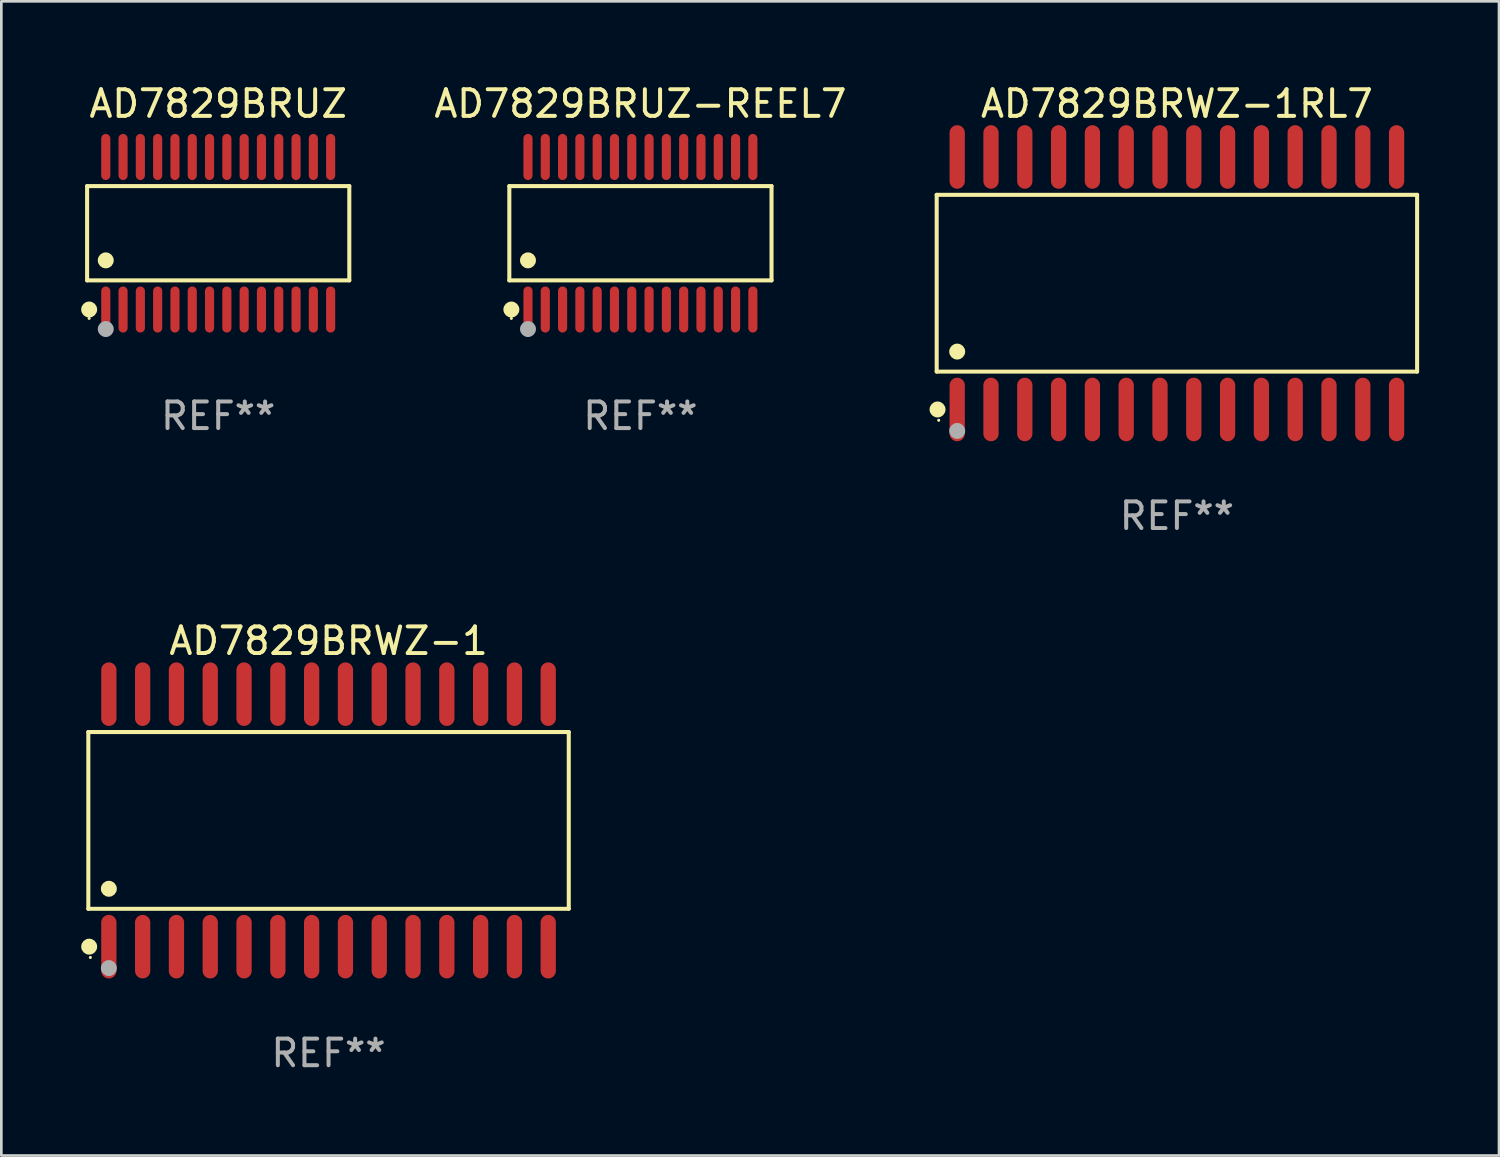
<source format=kicad_pcb>
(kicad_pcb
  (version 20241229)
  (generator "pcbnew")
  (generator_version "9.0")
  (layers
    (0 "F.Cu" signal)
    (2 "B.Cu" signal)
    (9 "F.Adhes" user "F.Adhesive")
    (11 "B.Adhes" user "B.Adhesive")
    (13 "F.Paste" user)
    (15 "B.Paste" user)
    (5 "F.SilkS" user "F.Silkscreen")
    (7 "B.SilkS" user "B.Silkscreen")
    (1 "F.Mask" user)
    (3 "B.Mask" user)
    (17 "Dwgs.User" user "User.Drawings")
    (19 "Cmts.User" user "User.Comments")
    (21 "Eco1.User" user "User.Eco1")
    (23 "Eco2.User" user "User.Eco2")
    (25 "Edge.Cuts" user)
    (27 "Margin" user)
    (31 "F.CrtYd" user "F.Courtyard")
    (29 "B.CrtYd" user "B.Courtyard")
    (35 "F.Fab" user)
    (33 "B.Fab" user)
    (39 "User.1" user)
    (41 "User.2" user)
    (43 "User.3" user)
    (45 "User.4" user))
  (footprint "AD7829BRUZ"
    (layer "F.Cu")
    (at 5.149 5.714)
    (property "Reference" "AD7829BRUZ" (at 0 -4.866 0) (layer "F.SilkS") (effects (font (size 1 1) (thickness 0.15))))
    (attr through_hole)
    (fp_line (start -4.926 -1.772) (end 4.926 -1.772) (stroke (width 0.152) (type solid)) (layer "F.SilkS"))
    (fp_line (start -4.926 1.771) (end -4.926 -1.772) (stroke (width 0.152) (type solid)) (layer "F.SilkS"))
    (fp_line (start 4.926 -1.772) (end 4.926 1.771) (stroke (width 0.152) (type solid)) (layer "F.SilkS"))
    (fp_line (start 4.926 1.771) (end -4.926 1.771) (stroke (width 0.152) (type solid)) (layer "F.SilkS"))
    (fp_circle (center -4.85 3.2) (end -4.82 3.2) (stroke (width 0.06) (type solid)) (fill no) (layer "F.SilkS"))
    (fp_circle (center -4.849 2.866) (end -4.699 2.866) (stroke (width 0.3) (type solid)) (fill no) (layer "F.SilkS"))
    (fp_circle (center -4.225 1.019) (end -4.075 1.019) (stroke (width 0.3) (type solid)) (fill no) (layer "F.SilkS"))
    (fp_circle (center -4.225 3.6) (end -4.075 3.6) (stroke (width 0.3) (type solid)) (fill no) (layer "F.Fab"))
    (fp_text user "REF**" (at 0 6.866 0) (layer "F.Fab") (effects (font (size 1 1) (thickness 0.15))))
    (pad "1" smd oval (at -4.225 2.866) (size 0.343 1.731) (layers "F.Cu" "F.Mask" "F.Paste"))
    (pad "2" smd oval (at -3.575 2.866) (size 0.343 1.731) (layers "F.Cu" "F.Mask" "F.Paste"))
    (pad "3" smd oval (at -2.925 2.866) (size 0.343 1.731) (layers "F.Cu" "F.Mask" "F.Paste"))
    (pad "4" smd oval (at -2.275 2.866) (size 0.343 1.731) (layers "F.Cu" "F.Mask" "F.Paste"))
    (pad "5" smd oval (at -1.625 2.866) (size 0.343 1.731) (layers "F.Cu" "F.Mask" "F.Paste"))
    (pad "6" smd oval (at -0.975 2.866) (size 0.343 1.731) (layers "F.Cu" "F.Mask" "F.Paste"))
    (pad "7" smd oval (at -0.325 2.866) (size 0.343 1.731) (layers "F.Cu" "F.Mask" "F.Paste"))
    (pad "8" smd oval (at 0.325 2.866) (size 0.343 1.731) (layers "F.Cu" "F.Mask" "F.Paste"))
    (pad "9" smd oval (at 0.975 2.866) (size 0.343 1.731) (layers "F.Cu" "F.Mask" "F.Paste"))
    (pad "10" smd oval (at 1.625 2.866) (size 0.343 1.731) (layers "F.Cu" "F.Mask" "F.Paste"))
    (pad "11" smd oval (at 2.275 2.866) (size 0.343 1.731) (layers "F.Cu" "F.Mask" "F.Paste"))
    (pad "12" smd oval (at 2.925 2.866) (size 0.343 1.731) (layers "F.Cu" "F.Mask" "F.Paste"))
    (pad "13" smd oval (at 3.575 2.866) (size 0.343 1.731) (layers "F.Cu" "F.Mask" "F.Paste"))
    (pad "14" smd oval (at 4.225 2.866) (size 0.343 1.731) (layers "F.Cu" "F.Mask" "F.Paste"))
    (pad "15" smd oval (at 4.225 -2.866) (size 0.343 1.731) (layers "F.Cu" "F.Mask" "F.Paste"))
    (pad "16" smd oval (at 3.575 -2.866) (size 0.343 1.731) (layers "F.Cu" "F.Mask" "F.Paste"))
    (pad "17" smd oval (at 2.925 -2.866) (size 0.343 1.731) (layers "F.Cu" "F.Mask" "F.Paste"))
    (pad "18" smd oval (at 2.275 -2.866) (size 0.343 1.731) (layers "F.Cu" "F.Mask" "F.Paste"))
    (pad "19" smd oval (at 1.625 -2.866) (size 0.343 1.731) (layers "F.Cu" "F.Mask" "F.Paste"))
    (pad "20" smd oval (at 0.975 -2.866) (size 0.343 1.731) (layers "F.Cu" "F.Mask" "F.Paste"))
    (pad "21" smd oval (at 0.325 -2.866) (size 0.343 1.731) (layers "F.Cu" "F.Mask" "F.Paste"))
    (pad "22" smd oval (at -0.325 -2.866) (size 0.343 1.731) (layers "F.Cu" "F.Mask" "F.Paste"))
    (pad "23" smd oval (at -0.975 -2.866) (size 0.343 1.731) (layers "F.Cu" "F.Mask" "F.Paste"))
    (pad "24" smd oval (at -1.625 -2.866) (size 0.343 1.731) (layers "F.Cu" "F.Mask" "F.Paste"))
    (pad "25" smd oval (at -2.275 -2.866) (size 0.343 1.731) (layers "F.Cu" "F.Mask" "F.Paste"))
    (pad "26" smd oval (at -2.925 -2.866) (size 0.343 1.731) (layers "F.Cu" "F.Mask" "F.Paste"))
    (pad "27" smd oval (at -3.575 -2.866) (size 0.343 1.731) (layers "F.Cu" "F.Mask" "F.Paste"))
    (pad "28" smd oval (at -4.225 -2.866) (size 0.343 1.731) (layers "F.Cu" "F.Mask" "F.Paste")))
  (footprint "AD7829BRUZ-REEL7"
    (layer "F.Cu")
    (at 21.014 5.714)
    (property "Reference" "AD7829BRUZ-REEL7" (at 0 -4.866 0) (layer "F.SilkS") (effects (font (size 1 1) (thickness 0.15))))
    (attr through_hole)
    (fp_line (start -4.926 -1.772) (end 4.926 -1.772) (stroke (width 0.152) (type solid)) (layer "F.SilkS"))
    (fp_line (start -4.926 1.771) (end -4.926 -1.772) (stroke (width 0.152) (type solid)) (layer "F.SilkS"))
    (fp_line (start 4.926 -1.772) (end 4.926 1.771) (stroke (width 0.152) (type solid)) (layer "F.SilkS"))
    (fp_line (start 4.926 1.771) (end -4.926 1.771) (stroke (width 0.152) (type solid)) (layer "F.SilkS"))
    (fp_circle (center -4.85 3.2) (end -4.82 3.2) (stroke (width 0.06) (type solid)) (fill no) (layer "F.SilkS"))
    (fp_circle (center -4.849 2.866) (end -4.699 2.866) (stroke (width 0.3) (type solid)) (fill no) (layer "F.SilkS"))
    (fp_circle (center -4.225 1.019) (end -4.075 1.019) (stroke (width 0.3) (type solid)) (fill no) (layer "F.SilkS"))
    (fp_circle (center -4.225 3.6) (end -4.075 3.6) (stroke (width 0.3) (type solid)) (fill no) (layer "F.Fab"))
    (fp_text user "REF**" (at 0 6.866 0) (layer "F.Fab") (effects (font (size 1 1) (thickness 0.15))))
    (pad "1" smd oval (at -4.225 2.866) (size 0.343 1.731) (layers "F.Cu" "F.Mask" "F.Paste"))
    (pad "2" smd oval (at -3.575 2.866) (size 0.343 1.731) (layers "F.Cu" "F.Mask" "F.Paste"))
    (pad "3" smd oval (at -2.925 2.866) (size 0.343 1.731) (layers "F.Cu" "F.Mask" "F.Paste"))
    (pad "4" smd oval (at -2.275 2.866) (size 0.343 1.731) (layers "F.Cu" "F.Mask" "F.Paste"))
    (pad "5" smd oval (at -1.625 2.866) (size 0.343 1.731) (layers "F.Cu" "F.Mask" "F.Paste"))
    (pad "6" smd oval (at -0.975 2.866) (size 0.343 1.731) (layers "F.Cu" "F.Mask" "F.Paste"))
    (pad "7" smd oval (at -0.325 2.866) (size 0.343 1.731) (layers "F.Cu" "F.Mask" "F.Paste"))
    (pad "8" smd oval (at 0.325 2.866) (size 0.343 1.731) (layers "F.Cu" "F.Mask" "F.Paste"))
    (pad "9" smd oval (at 0.975 2.866) (size 0.343 1.731) (layers "F.Cu" "F.Mask" "F.Paste"))
    (pad "10" smd oval (at 1.625 2.866) (size 0.343 1.731) (layers "F.Cu" "F.Mask" "F.Paste"))
    (pad "11" smd oval (at 2.275 2.866) (size 0.343 1.731) (layers "F.Cu" "F.Mask" "F.Paste"))
    (pad "12" smd oval (at 2.925 2.866) (size 0.343 1.731) (layers "F.Cu" "F.Mask" "F.Paste"))
    (pad "13" smd oval (at 3.575 2.866) (size 0.343 1.731) (layers "F.Cu" "F.Mask" "F.Paste"))
    (pad "14" smd oval (at 4.225 2.866) (size 0.343 1.731) (layers "F.Cu" "F.Mask" "F.Paste"))
    (pad "15" smd oval (at 4.225 -2.866) (size 0.343 1.731) (layers "F.Cu" "F.Mask" "F.Paste"))
    (pad "16" smd oval (at 3.575 -2.866) (size 0.343 1.731) (layers "F.Cu" "F.Mask" "F.Paste"))
    (pad "17" smd oval (at 2.925 -2.866) (size 0.343 1.731) (layers "F.Cu" "F.Mask" "F.Paste"))
    (pad "18" smd oval (at 2.275 -2.866) (size 0.343 1.731) (layers "F.Cu" "F.Mask" "F.Paste"))
    (pad "19" smd oval (at 1.625 -2.866) (size 0.343 1.731) (layers "F.Cu" "F.Mask" "F.Paste"))
    (pad "20" smd oval (at 0.975 -2.866) (size 0.343 1.731) (layers "F.Cu" "F.Mask" "F.Paste"))
    (pad "21" smd oval (at 0.325 -2.866) (size 0.343 1.731) (layers "F.Cu" "F.Mask" "F.Paste"))
    (pad "22" smd oval (at -0.325 -2.866) (size 0.343 1.731) (layers "F.Cu" "F.Mask" "F.Paste"))
    (pad "23" smd oval (at -0.975 -2.866) (size 0.343 1.731) (layers "F.Cu" "F.Mask" "F.Paste"))
    (pad "24" smd oval (at -1.625 -2.866) (size 0.343 1.731) (layers "F.Cu" "F.Mask" "F.Paste"))
    (pad "25" smd oval (at -2.275 -2.866) (size 0.343 1.731) (layers "F.Cu" "F.Mask" "F.Paste"))
    (pad "26" smd oval (at -2.925 -2.866) (size 0.343 1.731) (layers "F.Cu" "F.Mask" "F.Paste"))
    (pad "27" smd oval (at -3.575 -2.866) (size 0.343 1.731) (layers "F.Cu" "F.Mask" "F.Paste"))
    (pad "28" smd oval (at -4.225 -2.866) (size 0.343 1.731) (layers "F.Cu" "F.Mask" "F.Paste")))
  (footprint "AD7829BRWZ-1RL7"
    (layer "F.Cu")
    (at 41.172 7.592)
    (property "Reference" "AD7829BRWZ-1RL7" (at 0 -6.744 0) (layer "F.SilkS") (effects (font (size 1 1) (thickness 0.15))))
    (attr through_hole)
    (fp_line (start -9.026 -3.321) (end 9.026 -3.321) (stroke (width 0.152) (type solid)) (layer "F.SilkS"))
    (fp_line (start -9.026 3.321) (end -9.026 -3.321) (stroke (width 0.152) (type solid)) (layer "F.SilkS"))
    (fp_line (start 9.026 -3.321) (end 9.026 3.321) (stroke (width 0.152) (type solid)) (layer "F.SilkS"))
    (fp_line (start 9.026 3.321) (end -9.026 3.321) (stroke (width 0.152) (type solid)) (layer "F.SilkS"))
    (fp_circle (center -8.994 4.744) (end -8.844 4.744) (stroke (width 0.3) (type solid)) (fill no) (layer "F.SilkS"))
    (fp_circle (center -8.95 5.15) (end -8.92 5.15) (stroke (width 0.06) (type solid)) (fill no) (layer "F.SilkS"))
    (fp_circle (center -8.255 2.569) (end -8.105 2.569) (stroke (width 0.3) (type solid)) (fill no) (layer "F.SilkS"))
    (fp_circle (center -8.255 5.55) (end -8.105 5.55) (stroke (width 0.3) (type solid)) (fill no) (layer "F.Fab"))
    (fp_text user "REF**" (at 0 8.744 0) (layer "F.Fab") (effects (font (size 1 1) (thickness 0.15))))
    (pad "1" smd oval (at -8.255 4.744) (size 0.574 2.388) (layers "F.Cu" "F.Mask" "F.Paste"))
    (pad "2" smd oval (at -6.985 4.744) (size 0.574 2.388) (layers "F.Cu" "F.Mask" "F.Paste"))
    (pad "3" smd oval (at -5.715 4.744) (size 0.574 2.388) (layers "F.Cu" "F.Mask" "F.Paste"))
    (pad "4" smd oval (at -4.445 4.744) (size 0.574 2.388) (layers "F.Cu" "F.Mask" "F.Paste"))
    (pad "5" smd oval (at -3.175 4.744) (size 0.574 2.388) (layers "F.Cu" "F.Mask" "F.Paste"))
    (pad "6" smd oval (at -1.905 4.744) (size 0.574 2.388) (layers "F.Cu" "F.Mask" "F.Paste"))
    (pad "7" smd oval (at -0.635 4.744) (size 0.574 2.388) (layers "F.Cu" "F.Mask" "F.Paste"))
    (pad "8" smd oval (at 0.635 4.744) (size 0.574 2.388) (layers "F.Cu" "F.Mask" "F.Paste"))
    (pad "9" smd oval (at 1.905 4.744) (size 0.574 2.388) (layers "F.Cu" "F.Mask" "F.Paste"))
    (pad "10" smd oval (at 3.175 4.744) (size 0.574 2.388) (layers "F.Cu" "F.Mask" "F.Paste"))
    (pad "11" smd oval (at 4.445 4.744) (size 0.574 2.388) (layers "F.Cu" "F.Mask" "F.Paste"))
    (pad "12" smd oval (at 5.715 4.744) (size 0.574 2.388) (layers "F.Cu" "F.Mask" "F.Paste"))
    (pad "13" smd oval (at 6.985 4.744) (size 0.574 2.388) (layers "F.Cu" "F.Mask" "F.Paste"))
    (pad "14" smd oval (at 8.255 4.744) (size 0.574 2.388) (layers "F.Cu" "F.Mask" "F.Paste"))
    (pad "15" smd oval (at 8.255 -4.744) (size 0.574 2.388) (layers "F.Cu" "F.Mask" "F.Paste"))
    (pad "16" smd oval (at 6.985 -4.744) (size 0.574 2.388) (layers "F.Cu" "F.Mask" "F.Paste"))
    (pad "17" smd oval (at 5.715 -4.744) (size 0.574 2.388) (layers "F.Cu" "F.Mask" "F.Paste"))
    (pad "18" smd oval (at 4.445 -4.744) (size 0.574 2.388) (layers "F.Cu" "F.Mask" "F.Paste"))
    (pad "19" smd oval (at 3.175 -4.744) (size 0.574 2.388) (layers "F.Cu" "F.Mask" "F.Paste"))
    (pad "20" smd oval (at 1.905 -4.744) (size 0.574 2.388) (layers "F.Cu" "F.Mask" "F.Paste"))
    (pad "21" smd oval (at 0.635 -4.744) (size 0.574 2.388) (layers "F.Cu" "F.Mask" "F.Paste"))
    (pad "22" smd oval (at -0.635 -4.744) (size 0.574 2.388) (layers "F.Cu" "F.Mask" "F.Paste"))
    (pad "23" smd oval (at -1.905 -4.744) (size 0.574 2.388) (layers "F.Cu" "F.Mask" "F.Paste"))
    (pad "24" smd oval (at -3.175 -4.744) (size 0.574 2.388) (layers "F.Cu" "F.Mask" "F.Paste"))
    (pad "25" smd oval (at -4.445 -4.744) (size 0.574 2.388) (layers "F.Cu" "F.Mask" "F.Paste"))
    (pad "26" smd oval (at -5.715 -4.744) (size 0.574 2.388) (layers "F.Cu" "F.Mask" "F.Paste"))
    (pad "27" smd oval (at -6.985 -4.744) (size 0.574 2.388) (layers "F.Cu" "F.Mask" "F.Paste"))
    (pad "28" smd oval (at -8.255 -4.744) (size 0.574 2.388) (layers "F.Cu" "F.Mask" "F.Paste")))
  (footprint "AD7829BRWZ-1"
    (layer "F.Cu")
    (at 9.295 27.777)
    (property "Reference" "AD7829BRWZ-1" (at 0 -6.744 0) (layer "F.SilkS") (effects (font (size 1 1) (thickness 0.15))))
    (attr through_hole)
    (fp_line (start -9.026 -3.321) (end 9.026 -3.321) (stroke (width 0.152) (type solid)) (layer "F.SilkS"))
    (fp_line (start -9.026 3.321) (end -9.026 -3.321) (stroke (width 0.152) (type solid)) (layer "F.SilkS"))
    (fp_line (start 9.026 -3.321) (end 9.026 3.321) (stroke (width 0.152) (type solid)) (layer "F.SilkS"))
    (fp_line (start 9.026 3.321) (end -9.026 3.321) (stroke (width 0.152) (type solid)) (layer "F.SilkS"))
    (fp_circle (center -8.994 4.744) (end -8.844 4.744) (stroke (width 0.3) (type solid)) (fill no) (layer "F.SilkS"))
    (fp_circle (center -8.95 5.15) (end -8.92 5.15) (stroke (width 0.06) (type solid)) (fill no) (layer "F.SilkS"))
    (fp_circle (center -8.255 2.569) (end -8.105 2.569) (stroke (width 0.3) (type solid)) (fill no) (layer "F.SilkS"))
    (fp_circle (center -8.255 5.55) (end -8.105 5.55) (stroke (width 0.3) (type solid)) (fill no) (layer "F.Fab"))
    (fp_text user "REF**" (at 0 8.744 0) (layer "F.Fab") (effects (font (size 1 1) (thickness 0.15))))
    (pad "1" smd oval (at -8.255 4.744) (size 0.574 2.388) (layers "F.Cu" "F.Mask" "F.Paste"))
    (pad "2" smd oval (at -6.985 4.744) (size 0.574 2.388) (layers "F.Cu" "F.Mask" "F.Paste"))
    (pad "3" smd oval (at -5.715 4.744) (size 0.574 2.388) (layers "F.Cu" "F.Mask" "F.Paste"))
    (pad "4" smd oval (at -4.445 4.744) (size 0.574 2.388) (layers "F.Cu" "F.Mask" "F.Paste"))
    (pad "5" smd oval (at -3.175 4.744) (size 0.574 2.388) (layers "F.Cu" "F.Mask" "F.Paste"))
    (pad "6" smd oval (at -1.905 4.744) (size 0.574 2.388) (layers "F.Cu" "F.Mask" "F.Paste"))
    (pad "7" smd oval (at -0.635 4.744) (size 0.574 2.388) (layers "F.Cu" "F.Mask" "F.Paste"))
    (pad "8" smd oval (at 0.635 4.744) (size 0.574 2.388) (layers "F.Cu" "F.Mask" "F.Paste"))
    (pad "9" smd oval (at 1.905 4.744) (size 0.574 2.388) (layers "F.Cu" "F.Mask" "F.Paste"))
    (pad "10" smd oval (at 3.175 4.744) (size 0.574 2.388) (layers "F.Cu" "F.Mask" "F.Paste"))
    (pad "11" smd oval (at 4.445 4.744) (size 0.574 2.388) (layers "F.Cu" "F.Mask" "F.Paste"))
    (pad "12" smd oval (at 5.715 4.744) (size 0.574 2.388) (layers "F.Cu" "F.Mask" "F.Paste"))
    (pad "13" smd oval (at 6.985 4.744) (size 0.574 2.388) (layers "F.Cu" "F.Mask" "F.Paste"))
    (pad "14" smd oval (at 8.255 4.744) (size 0.574 2.388) (layers "F.Cu" "F.Mask" "F.Paste"))
    (pad "15" smd oval (at 8.255 -4.744) (size 0.574 2.388) (layers "F.Cu" "F.Mask" "F.Paste"))
    (pad "16" smd oval (at 6.985 -4.744) (size 0.574 2.388) (layers "F.Cu" "F.Mask" "F.Paste"))
    (pad "17" smd oval (at 5.715 -4.744) (size 0.574 2.388) (layers "F.Cu" "F.Mask" "F.Paste"))
    (pad "18" smd oval (at 4.445 -4.744) (size 0.574 2.388) (layers "F.Cu" "F.Mask" "F.Paste"))
    (pad "19" smd oval (at 3.175 -4.744) (size 0.574 2.388) (layers "F.Cu" "F.Mask" "F.Paste"))
    (pad "20" smd oval (at 1.905 -4.744) (size 0.574 2.388) (layers "F.Cu" "F.Mask" "F.Paste"))
    (pad "21" smd oval (at 0.635 -4.744) (size 0.574 2.388) (layers "F.Cu" "F.Mask" "F.Paste"))
    (pad "22" smd oval (at -0.635 -4.744) (size 0.574 2.388) (layers "F.Cu" "F.Mask" "F.Paste"))
    (pad "23" smd oval (at -1.905 -4.744) (size 0.574 2.388) (layers "F.Cu" "F.Mask" "F.Paste"))
    (pad "24" smd oval (at -3.175 -4.744) (size 0.574 2.388) (layers "F.Cu" "F.Mask" "F.Paste"))
    (pad "25" smd oval (at -4.445 -4.744) (size 0.574 2.388) (layers "F.Cu" "F.Mask" "F.Paste"))
    (pad "26" smd oval (at -5.715 -4.744) (size 0.574 2.388) (layers "F.Cu" "F.Mask" "F.Paste"))
    (pad "27" smd oval (at -6.985 -4.744) (size 0.574 2.388) (layers "F.Cu" "F.Mask" "F.Paste"))
    (pad "28" smd oval (at -8.255 -4.744) (size 0.574 2.388) (layers "F.Cu" "F.Mask" "F.Paste")))
  (gr_rect
    (start -3 -3)
    (end 53.275 40.369)
    (stroke (width 0.1) (type default))
    (fill no)
    (layer "Edge.Cuts")))
</source>
